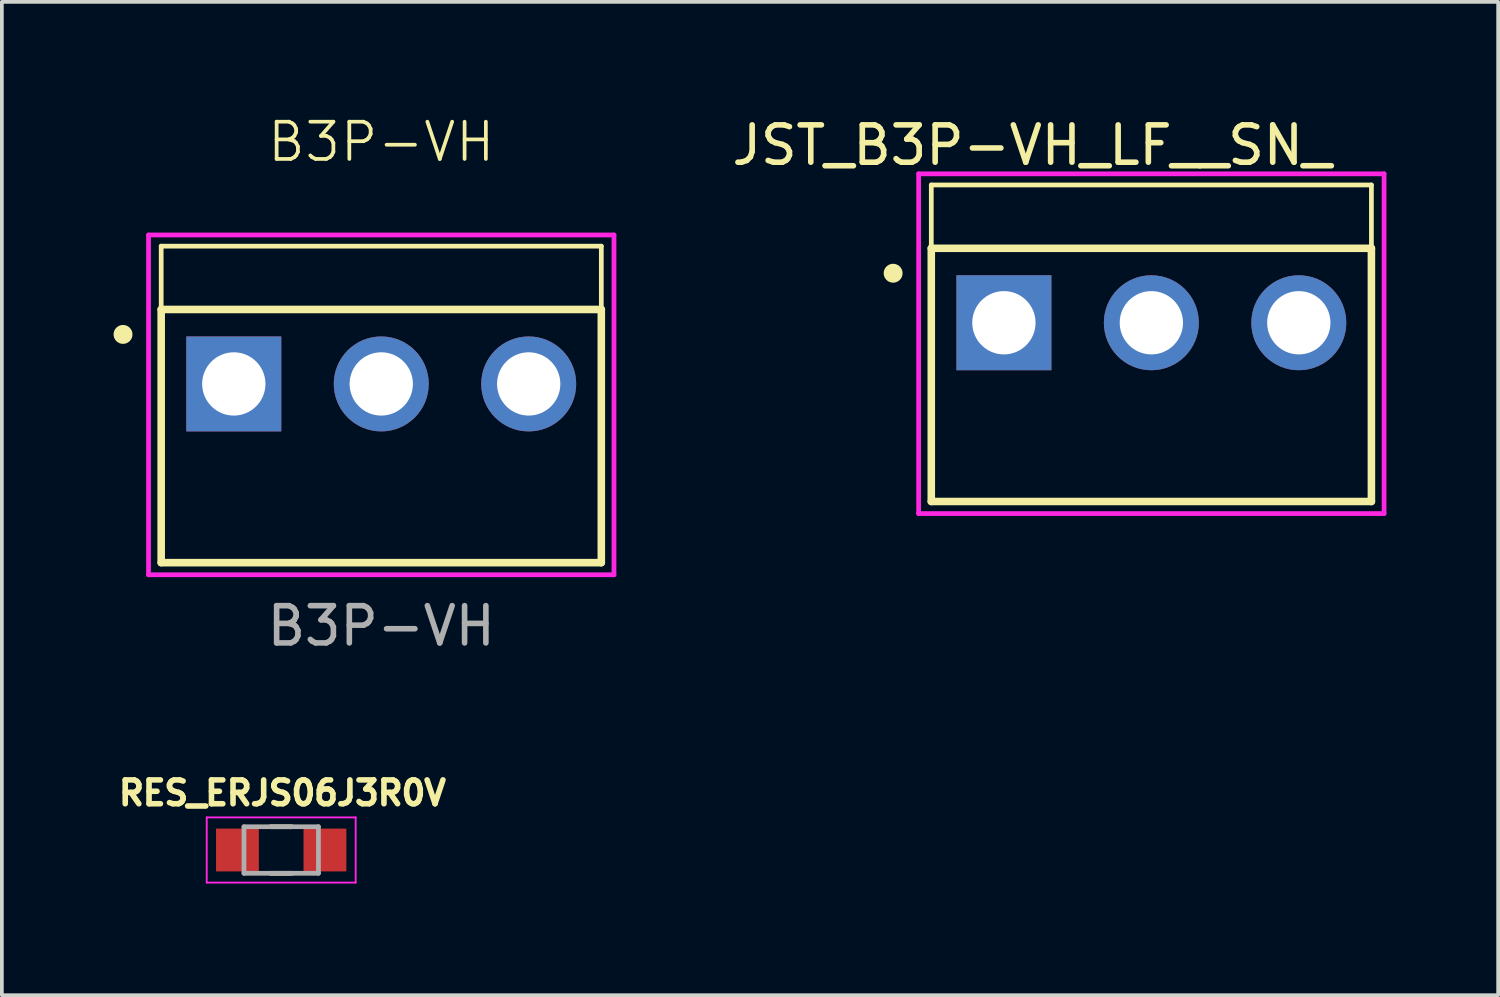
<source format=kicad_pcb>
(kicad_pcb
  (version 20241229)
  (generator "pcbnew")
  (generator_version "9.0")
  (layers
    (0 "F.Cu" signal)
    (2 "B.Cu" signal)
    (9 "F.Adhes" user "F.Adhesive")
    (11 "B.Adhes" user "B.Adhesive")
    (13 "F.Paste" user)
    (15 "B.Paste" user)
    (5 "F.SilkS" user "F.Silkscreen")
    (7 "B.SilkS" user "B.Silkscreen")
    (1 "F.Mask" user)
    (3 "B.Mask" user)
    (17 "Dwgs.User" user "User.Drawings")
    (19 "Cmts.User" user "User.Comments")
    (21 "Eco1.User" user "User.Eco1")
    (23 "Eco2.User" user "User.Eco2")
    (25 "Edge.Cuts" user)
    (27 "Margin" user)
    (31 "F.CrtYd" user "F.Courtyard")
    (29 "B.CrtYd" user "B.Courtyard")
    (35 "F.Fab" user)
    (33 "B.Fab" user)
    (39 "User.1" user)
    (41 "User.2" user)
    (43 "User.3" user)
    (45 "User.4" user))
  (footprint "JST_B3P-VH_LF__SN_"
    (layer "F.Cu")
    (at 27.871 5.618)
    (property "Reference" "JST_B3P-VH_LF__SN_" (at -3.206 -4.768 0) (layer "F.SilkS") (effects (font (size 1.002 1.002) (thickness 0.15))))
    (attr through_hole)
    (fp_line (start -5.91 -3.7) (end 5.91 -3.7) (stroke (width 0.127) (type solid)) (layer "F.SilkS"))
    (fp_line (start -5.91 -2) (end -5.91 -3.7) (stroke (width 0.127) (type solid)) (layer "F.SilkS"))
    (fp_line (start -5.91 4.8) (end -5.91 -2) (stroke (width 0.203) (type solid)) (layer "F.SilkS"))
    (fp_line (start 5.91 -2) (end -5.91 -2) (stroke (width 0.203) (type solid)) (layer "F.SilkS"))
    (fp_line (start 5.91 -2) (end 5.91 -3.7) (stroke (width 0.127) (type solid)) (layer "F.SilkS"))
    (fp_line (start 5.91 -2) (end 5.91 4.8) (stroke (width 0.203) (type solid)) (layer "F.SilkS"))
    (fp_line (start 5.91 4.8) (end -5.91 4.8) (stroke (width 0.203) (type solid)) (layer "F.SilkS"))
    (fp_circle (center -6.935 -1.33) (end -6.681 -1.33) (stroke (width 0) (type solid)) (fill yes) (layer "F.SilkS"))
    (fp_line (start -6.25 -4) (end -6.25 5.125) (stroke (width 0.127) (type solid)) (layer "F.CrtYd"))
    (fp_line (start -6.25 -4) (end 6.25 -4) (stroke (width 0.127) (type solid)) (layer "F.CrtYd"))
    (fp_line (start -6.25 5.125) (end 6.25 5.125) (stroke (width 0.127) (type solid)) (layer "F.CrtYd"))
    (fp_line (start 6.25 -4) (end 6.25 5.125) (stroke (width 0.127) (type solid)) (layer "F.CrtYd"))
    (pad "1" thru_hole rect (at -3.96 0) (size 2.55 2.55) (drill 1.7) (layers "*.Cu" "*.Mask"))
    (pad "2" thru_hole circle (at 0 0) (size 2.55 2.55) (drill 1.7) (layers "*.Cu" "*.Mask"))
    (pad "3" thru_hole circle (at 3.96 0) (size 2.55 2.55) (drill 1.7) (layers "*.Cu" "*.Mask")))
  (footprint "B3P-VH"
    (layer "F.Cu")
    (at 7.189 7.261)
    (property "Reference" "B3P-VH" (at 0 -6.5 0) (unlocked yes) (layer "F.SilkS") (effects (font (size 1 1) (thickness 0.1))))
    (attr smd)
    (fp_line (start -5.91 -3.7) (end 5.91 -3.7) (stroke (width 0.127) (type solid)) (layer "F.SilkS"))
    (fp_line (start -5.91 -2) (end -5.91 -3.7) (stroke (width 0.127) (type solid)) (layer "F.SilkS"))
    (fp_line (start -5.91 4.8) (end -5.91 -2) (stroke (width 0.203) (type solid)) (layer "F.SilkS"))
    (fp_line (start 5.91 -2) (end -5.91 -2) (stroke (width 0.203) (type solid)) (layer "F.SilkS"))
    (fp_line (start 5.91 -2) (end 5.91 -3.7) (stroke (width 0.127) (type solid)) (layer "F.SilkS"))
    (fp_line (start 5.91 -2) (end 5.91 4.8) (stroke (width 0.203) (type solid)) (layer "F.SilkS"))
    (fp_line (start 5.91 4.8) (end -5.91 4.8) (stroke (width 0.203) (type solid)) (layer "F.SilkS"))
    (fp_circle (center -6.935 -1.33) (end -6.681 -1.33) (stroke (width 0) (type solid)) (fill yes) (layer "F.SilkS"))
    (fp_line (start -6.25 -4) (end -6.25 5.125) (stroke (width 0.127) (type solid)) (layer "F.CrtYd"))
    (fp_line (start -6.25 -4) (end 6.25 -4) (stroke (width 0.127) (type solid)) (layer "F.CrtYd"))
    (fp_line (start -6.25 5.125) (end 6.25 5.125) (stroke (width 0.127) (type solid)) (layer "F.CrtYd"))
    (fp_line (start 6.25 -4) (end 6.25 5.125) (stroke (width 0.127) (type solid)) (layer "F.CrtYd"))
    (fp_text user "${REFERENCE}" (at 0 6.5 0) (unlocked yes) (layer "F.Fab") (effects (font (size 1 1) (thickness 0.15))))
    (pad "1" thru_hole rect (at -3.96 0) (size 2.55 2.55) (drill 1.7) (layers "*.Cu" "*.Mask"))
    (pad "2" thru_hole circle (at 0 0) (size 2.55 2.55) (drill 1.7) (layers "*.Cu" "*.Mask"))
    (pad "3" thru_hole circle (at 3.96 0) (size 2.55 2.55) (drill 1.7) (layers "*.Cu" "*.Mask")))
  (footprint "RES_ERJS06J3R0V"
    (layer "F.Cu")
    (at 4.502 19.778)
    (property "Reference" "RES_ERJS06J3R0V" (at 0.032 -1.531 0) (layer "F.SilkS") (effects (font (size 0.64 0.64) (thickness 0.15))))
    (attr smd)
    (fp_line (start -0.28 -0.625) (end 0.28 -0.625) (stroke (width 0.127) (type solid)) (layer "F.SilkS"))
    (fp_line (start -0.28 0.625) (end 0.28 0.625) (stroke (width 0.127) (type solid)) (layer "F.SilkS"))
    (fp_line (start -2 -0.875) (end -2 0.875) (stroke (width 0.05) (type solid)) (layer "F.CrtYd"))
    (fp_line (start -2 0.875) (end 2 0.875) (stroke (width 0.05) (type solid)) (layer "F.CrtYd"))
    (fp_line (start 2 -0.875) (end -2 -0.875) (stroke (width 0.05) (type solid)) (layer "F.CrtYd"))
    (fp_line (start 2 0.875) (end 2 -0.875) (stroke (width 0.05) (type solid)) (layer "F.CrtYd"))
    (fp_line (start -1 -0.625) (end -1 0.625) (stroke (width 0.127) (type solid)) (layer "F.Fab"))
    (fp_line (start -1 -0.625) (end 1 -0.625) (stroke (width 0.127) (type solid)) (layer "F.Fab"))
    (fp_line (start -1 0.625) (end 1 0.625) (stroke (width 0.127) (type solid)) (layer "F.Fab"))
    (fp_line (start 1 -0.625) (end 1 0.625) (stroke (width 0.127) (type solid)) (layer "F.Fab"))
    (pad "1" smd rect (at -1.175 0) (size 1.15 1.15) (layers "F.Cu" "F.Mask" "F.Paste"))
    (pad "2" smd rect (at 1.175 0) (size 1.15 1.15) (layers "F.Cu" "F.Mask" "F.Paste")))
  (gr_rect
    (start -3 -3)
    (end 37.185 23.678)
    (stroke (width 0.1) (type default))
    (fill no)
    (layer "Edge.Cuts")))
</source>
